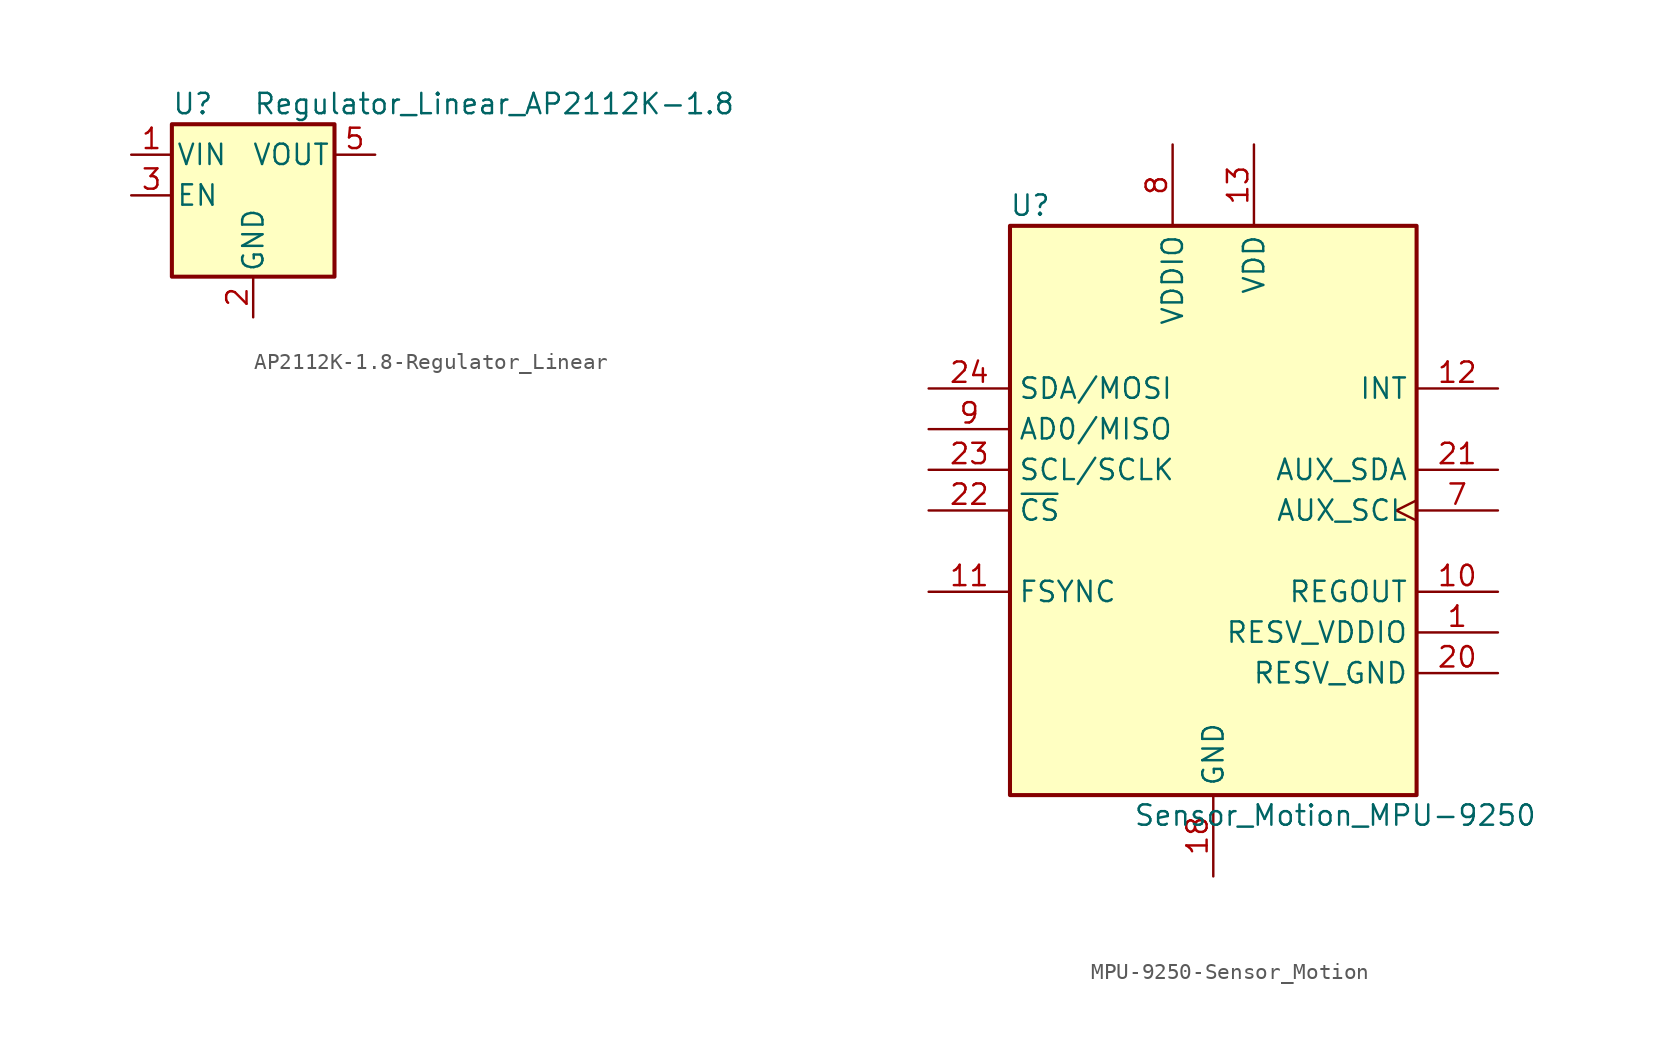
<source format=kicad_sym>
(kicad_symbol_lib
  (version 20231120)
  (generator "kicad_symbol_editor")
  (generator_version "8.0")
  (symbol "AP2112K-1.8-Regulator_Linear"
    (pin_names
      (offset 0.254))
    (property "Reference" "U"
      (at -5.08 5.715 0)
      (effects (font (size 1.27 1.27)) (justify left)))
    (property "Value" "Regulator_Linear_AP2112K-1.8"
      (at 0 5.715 0)
      (effects (font (size 1.27 1.27)) (justify left)))
    (symbol "AP2112K-1.8-Regulator_Linear_0_1"
      (rectangle (start -5.08 4.445) (end 5.08 -5.08) (stroke (width 0.254) (type solid)) (fill (type background))))
    (symbol "AP2112K-1.8-Regulator_Linear_1_1"
      (pin power_in line (at -7.62 2.54 0) (length 2.54) (name "VIN" (effects (font (size 1.27 1.27)))) (number "1" (effects (font (size 1.27 1.27)))))
      (pin power_in line (at 0 -7.62 90) (length 2.54) (name "GND" (effects (font (size 1.27 1.27)))) (number "2" (effects (font (size 1.27 1.27)))))
      (pin input line (at -7.62 0 0) (length 2.54) (name "EN" (effects (font (size 1.27 1.27)))) (number "3" (effects (font (size 1.27 1.27)))))
      (pin no_connect line (at 7.62 0 180) (length 2.54) hide (name "NC" (effects (font (size 1.27 1.27)))) (number "4" (effects (font (size 1.27 1.27)))))
      (pin power_out line (at 7.62 2.54 180) (length 2.54) (name "VOUT" (effects (font (size 1.27 1.27)))) (number "5" (effects (font (size 1.27 1.27)))))))
  (symbol "MPU-9250-Sensor_Motion"
    (property "Reference" "U"
      (at -11.43 19.05 0)
      (effects (font (size 1.27 1.27))))
    (property "Value" "Sensor_Motion_MPU-9250"
      (at 7.62 -19.05 0)
      (effects (font (size 1.27 1.27))))
    (symbol "MPU-9250-Sensor_Motion_0_1"
      (rectangle (start -12.7 17.78) (end 12.7 -17.78) (stroke (width 0.254) (type solid)) (fill (type background))))
    (symbol "MPU-9250-Sensor_Motion_1_1"
      (pin input line (at 17.78 -7.62 180) (length 5.08) (name "RESV_VDDIO" (effects (font (size 1.27 1.27)))) (number "1" (effects (font (size 1.27 1.27)))))
      (pin passive line (at 17.78 -5.08 180) (length 5.08) (name "REGOUT" (effects (font (size 1.27 1.27)))) (number "10" (effects (font (size 1.27 1.27)))))
      (pin input line (at -17.78 -5.08 0) (length 5.08) (name "FSYNC" (effects (font (size 1.27 1.27)))) (number "11" (effects (font (size 1.27 1.27)))))
      (pin output line (at 17.78 7.62 180) (length 5.08) (name "INT" (effects (font (size 1.27 1.27)))) (number "12" (effects (font (size 1.27 1.27)))))
      (pin power_in line (at 2.54 22.86 270) (length 5.08) (name "VDD" (effects (font (size 1.27 1.27)))) (number "13" (effects (font (size 1.27 1.27)))))
      (pin power_in line (at 0 -22.86 90) (length 5.08) (name "GND" (effects (font (size 1.27 1.27)))) (number "18" (effects (font (size 1.27 1.27)))))
      (pin power_in line (at 17.78 -10.16 180) (length 5.08) (name "RESV_GND" (effects (font (size 1.27 1.27)))) (number "20" (effects (font (size 1.27 1.27)))))
      (pin bidirectional line (at 17.78 2.54 180) (length 5.08) (name "AUX_SDA" (effects (font (size 1.27 1.27)))) (number "21" (effects (font (size 1.27 1.27)))))
      (pin input line (at -17.78 0 0) (length 5.08) (name "~{CS}" (effects (font (size 1.27 1.27)))) (number "22" (effects (font (size 1.27 1.27)))))
      (pin input line (at -17.78 2.54 0) (length 5.08) (name "SCL/SCLK" (effects (font (size 1.27 1.27)))) (number "23" (effects (font (size 1.27 1.27)))))
      (pin bidirectional line (at -17.78 7.62 0) (length 5.08) (name "SDA/MOSI" (effects (font (size 1.27 1.27)))) (number "24" (effects (font (size 1.27 1.27)))))
      (pin output clock (at 17.78 0 180) (length 5.08) (name "AUX_SCL" (effects (font (size 1.27 1.27)))) (number "7" (effects (font (size 1.27 1.27)))))
      (pin power_in line (at -2.54 22.86 270) (length 5.08) (name "VDDIO" (effects (font (size 1.27 1.27)))) (number "8" (effects (font (size 1.27 1.27)))))
      (pin bidirectional line (at -17.78 5.08 0) (length 5.08) (name "AD0/MISO" (effects (font (size 1.27 1.27)))) (number "9" (effects (font (size 1.27 1.27))))))))
</source>
